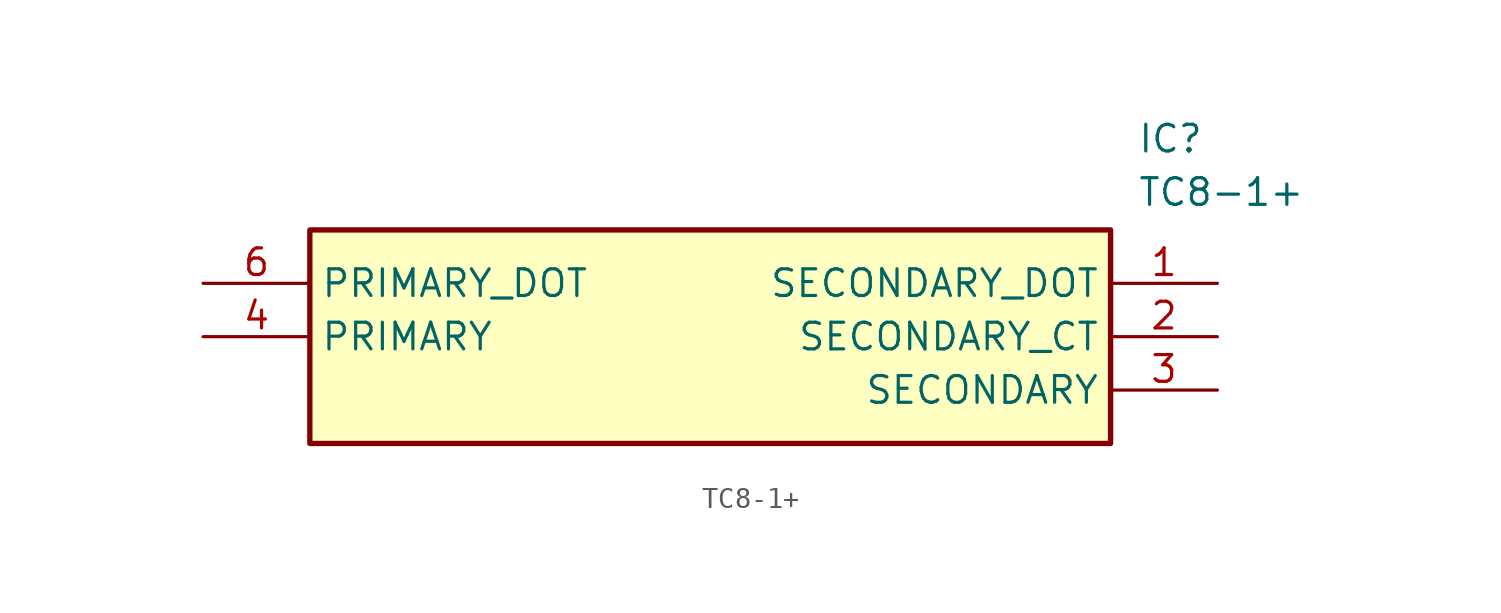
<source format=kicad_sym>
(kicad_symbol_lib
  (version 20211014)
  (generator SamacSys_ECAD_Model)
  (symbol "TC8-1+"
    (property "Reference" "IC"
      (at 44.45 7.62 0)
      (effects (font (size 1.27 1.27)) (justify left top)))
    (property "Value" "TC8-1+"
      (at 44.45 5.08 0)
      (effects (font (size 1.27 1.27)) (justify left top)))
    (rectangle
      (start 5.08 2.54)
      (end 43.18 -7.62)
      (stroke (width 0.254) (type default))
      (fill (type background)))
    (pin passive line
      (at 48.26 0 180)
      (length 5.08)
      (name "SECONDARY_DOT" (effects (font (size 1.27 1.27))))
      (number "1" (effects (font (size 1.27 1.27)))))
    (pin passive line
      (at 48.26 -2.54 180)
      (length 5.08)
      (name "SECONDARY_CT" (effects (font (size 1.27 1.27))))
      (number "2" (effects (font (size 1.27 1.27)))))
    (pin passive line
      (at 48.26 -5.08 180)
      (length 5.08)
      (name "SECONDARY" (effects (font (size 1.27 1.27))))
      (number "3" (effects (font (size 1.27 1.27)))))
    (pin passive line
      (at 0 -2.54 0)
      (length 5.08)
      (name "PRIMARY" (effects (font (size 1.27 1.27))))
      (number "4" (effects (font (size 1.27 1.27)))))
    (pin passive line
      (at 0 0 0)
      (length 5.08)
      (name "PRIMARY_DOT" (effects (font (size 1.27 1.27))))
      (number "6" (effects (font (size 1.27 1.27)))))))
</source>
